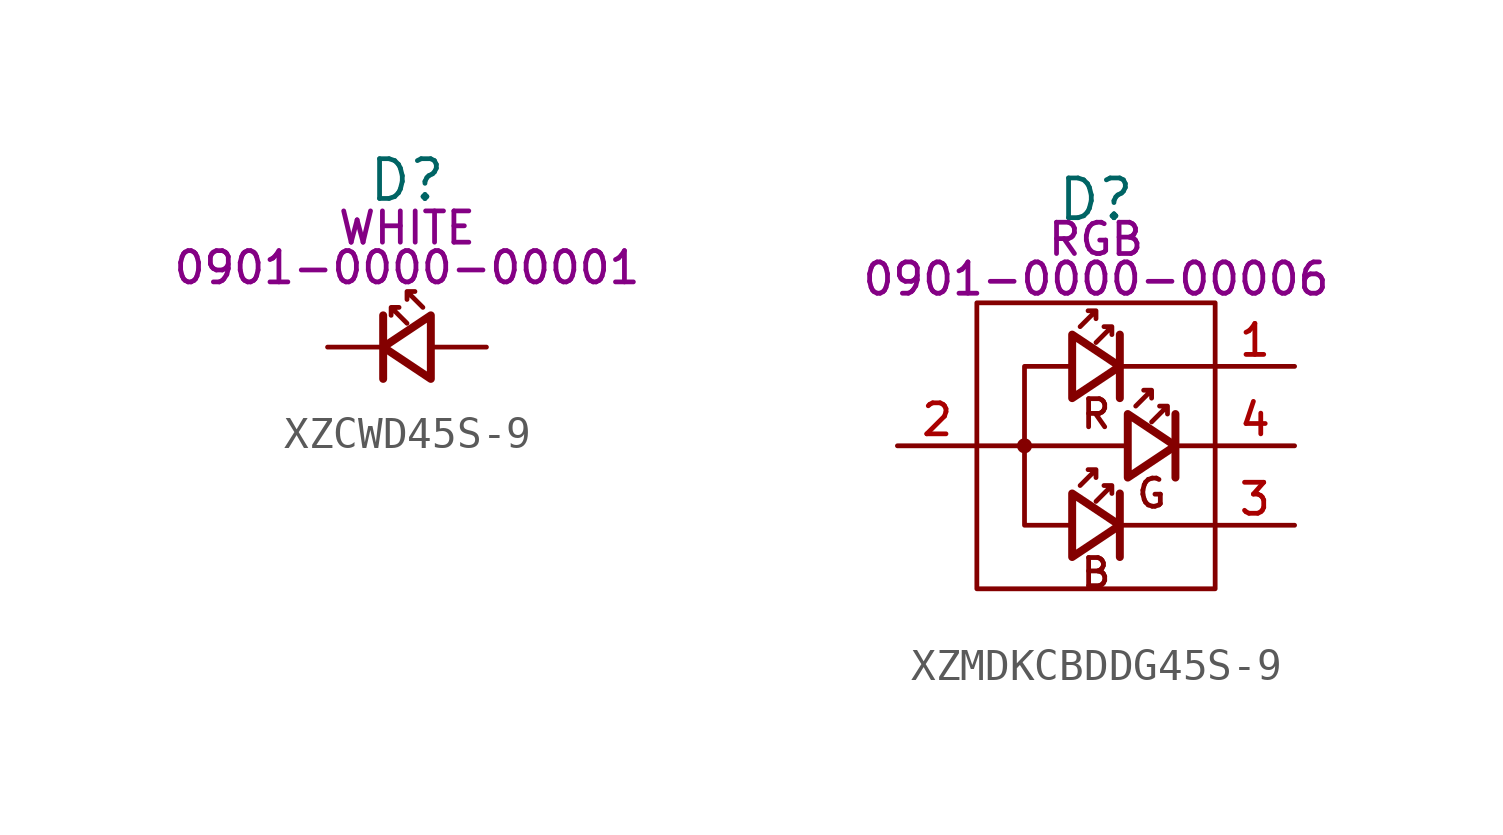
<source format=kicad_sym>
(kicad_symbol_lib
  (version 20231120)
  (generator "kicad_symbol_editor")
  (generator_version "8.0")
  (symbol "XZCWD45S-9"
    (pin_numbers hide)
    (pin_names hide)
    (property "Reference" "D"
      (at 0 5.334 0)
      (effects (font (size 1.27 1.27))))
    (property "Color" "WHITE"
      (at 0 3.81 0)
      (effects (font (size 1 1))))
    (property "PartNumber" "0901-0000-00001"
      (at 0 2.54 0)
      (effects (font (size 1 1))))
    (symbol "XZCWD45S-9_0_1"
      (polyline (pts (xy -0.762 -1.016) (xy -0.762 1.016)) (stroke (width 0.254) (type default)) (fill (type none)))
      (polyline (pts (xy 0.762 -1.016) (xy -0.762 0) (xy 0.762 1.016) (xy 0.762 -1.016)) (stroke (width 0.254) (type default)) (fill (type none)))
      (polyline (pts (xy 0 0.762) (xy -0.508 1.27) (xy -0.254 1.27) (xy -0.508 1.27) (xy -0.508 1.016)) (stroke (width 0) (type default)) (fill (type none)))
      (polyline (pts (xy 0.508 1.27) (xy 0 1.778) (xy 0.254 1.778) (xy 0 1.778) (xy 0 1.524)) (stroke (width 0) (type default)) (fill (type none))))
    (symbol "XZCWD45S-9_1_1"
      (pin passive line (at -2.54 0 0) (length 1.778) (name "K" (effects (font (size 1.27 1.27)))) (number "1" (effects (font (size 1.27 1.27)))))
      (pin passive line (at 2.54 0 180) (length 1.778) (name "A" (effects (font (size 1.27 1.27)))) (number "2" (effects (font (size 1.27 1.27)))))))
  (symbol "XZMDKCBDDG45S-9"
    (pin_names hide)
    (property "Reference" "D"
      (at 3.81 2.794 0)
      (effects (font (size 1.27 1.27))))
    (property "Color" "RGB"
      (at 3.81 1.524 0)
      (effects (font (size 1 1))))
    (property "PartNumber" "0901-0000-00006"
      (at 3.81 0.254 0)
      (effects (font (size 1 1))))
    (symbol "XZMDKCBDDG45S-9_0_0"
      (pin passive line (at 10.16 -2.54 180) (length 2.54) (name "RED" (effects (font (size 1.27 1.27)))) (number "1" (effects (font (size 0.991 0.991)))))
      (pin passive line (at -2.54 -5.08 0) (length 2.54) (name "COM" (effects (font (size 1.27 1.27)))) (number "2" (effects (font (size 0.991 0.991)))))
      (pin passive line (at 10.16 -7.62 180) (length 2.54) (name "BLUE" (effects (font (size 1.27 1.27)))) (number "3" (effects (font (size 0.991 0.991)))))
      (pin passive line (at 10.16 -5.08 180) (length 2.54) (name "GREEN" (effects (font (size 1.27 1.27)))) (number "4" (effects (font (size 0.991 0.991))))))
    (symbol "XZMDKCBDDG45S-9_0_1"
      (polyline (pts (xy 4.572 -8.636) (xy 4.572 -6.604)) (stroke (width 0.254) (type default)) (fill (type none)))
      (polyline (pts (xy 4.572 -3.556) (xy 4.572 -1.524)) (stroke (width 0.254) (type default)) (fill (type none)))
      (polyline (pts (xy 6.35 -6.096) (xy 6.35 -4.064)) (stroke (width 0.254) (type default)) (fill (type none)))
      (polyline (pts (xy 3.048 -8.636) (xy 4.572 -7.62) (xy 3.048 -6.604) (xy 3.048 -8.636)) (stroke (width 0.254) (type default)) (fill (type none)))
      (polyline (pts (xy 3.048 -3.556) (xy 4.572 -2.54) (xy 3.048 -1.524) (xy 3.048 -3.556)) (stroke (width 0.254) (type default)) (fill (type none)))
      (polyline (pts (xy 4.826 -6.096) (xy 6.35 -5.08) (xy 4.826 -4.064) (xy 4.826 -6.096)) (stroke (width 0.254) (type default)) (fill (type none)))
      (polyline (pts (xy 3.302 -6.35) (xy 3.81 -5.842) (xy 3.556 -5.842) (xy 3.81 -5.842) (xy 3.81 -6.096)) (stroke (width 0) (type default)) (fill (type none)))
      (polyline (pts (xy 3.302 -1.27) (xy 3.81 -0.762) (xy 3.556 -0.762) (xy 3.81 -0.762) (xy 3.81 -1.016)) (stroke (width 0) (type default)) (fill (type none)))
      (polyline (pts (xy 3.81 -6.858) (xy 4.318 -6.35) (xy 4.064 -6.35) (xy 4.318 -6.35) (xy 4.318 -6.604)) (stroke (width 0) (type default)) (fill (type none)))
      (polyline (pts (xy 3.81 -1.778) (xy 4.318 -1.27) (xy 4.064 -1.27) (xy 4.318 -1.27) (xy 4.318 -1.524)) (stroke (width 0) (type default)) (fill (type none)))
      (polyline (pts (xy 5.08 -3.81) (xy 5.588 -3.302) (xy 5.334 -3.302) (xy 5.588 -3.302) (xy 5.588 -3.556)) (stroke (width 0) (type default)) (fill (type none)))
      (polyline (pts (xy 5.588 -4.318) (xy 6.096 -3.81) (xy 5.842 -3.81) (xy 6.096 -3.81) (xy 6.096 -4.064)) (stroke (width 0) (type default)) (fill (type none))))
    (symbol "XZMDKCBDDG45S-9_1_1"
      (rectangle (start 0 -0.508) (end 7.62 -9.652) (stroke (width 0) (type default)) (fill (type none)))
      (polyline (pts (xy 0 -5.08) (xy 4.826 -5.08)) (stroke (width 0) (type default)) (fill (type none)))
      (polyline (pts (xy 4.572 -7.62) (xy 7.62 -7.62)) (stroke (width 0) (type default)) (fill (type none)))
      (polyline (pts (xy 4.572 -2.54) (xy 7.62 -2.54)) (stroke (width 0) (type default)) (fill (type none)))
      (polyline (pts (xy 6.35 -5.08) (xy 7.62 -5.08)) (stroke (width 0) (type default)) (fill (type none)))
      (polyline (pts (xy 3.048 -2.54) (xy 1.524 -2.54) (xy 1.524 -7.62) (xy 3.048 -7.62)) (stroke (width 0) (type default)) (fill (type none)))
      (circle (center 1.524 -5.08) (radius 0.164) (stroke (width 0) (type default)) (fill (type none)))
      (text "B" (at 3.81 -9.144 0) (effects (font (size 0.9 0.9))))
      (text "G" (at 5.588 -6.604 0) (effects (font (size 0.9 0.9))))
      (text "R" (at 3.81 -4.064 0) (effects (font (size 0.9 0.9)))))))
</source>
